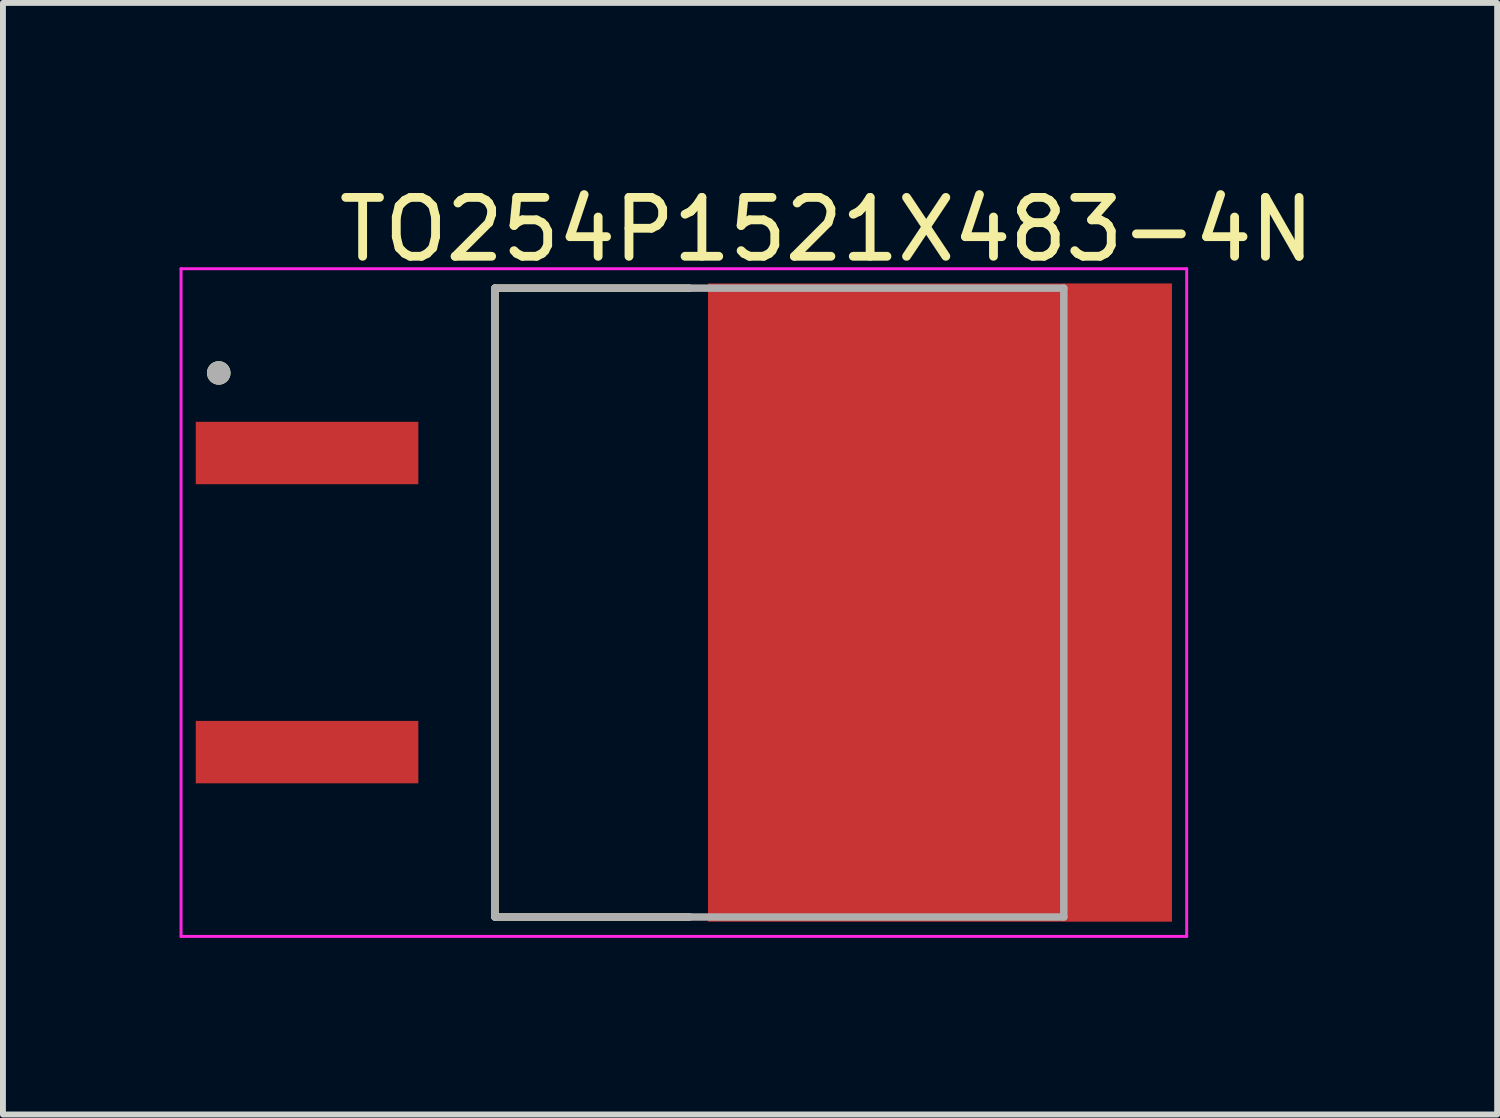
<source format=kicad_pcb>
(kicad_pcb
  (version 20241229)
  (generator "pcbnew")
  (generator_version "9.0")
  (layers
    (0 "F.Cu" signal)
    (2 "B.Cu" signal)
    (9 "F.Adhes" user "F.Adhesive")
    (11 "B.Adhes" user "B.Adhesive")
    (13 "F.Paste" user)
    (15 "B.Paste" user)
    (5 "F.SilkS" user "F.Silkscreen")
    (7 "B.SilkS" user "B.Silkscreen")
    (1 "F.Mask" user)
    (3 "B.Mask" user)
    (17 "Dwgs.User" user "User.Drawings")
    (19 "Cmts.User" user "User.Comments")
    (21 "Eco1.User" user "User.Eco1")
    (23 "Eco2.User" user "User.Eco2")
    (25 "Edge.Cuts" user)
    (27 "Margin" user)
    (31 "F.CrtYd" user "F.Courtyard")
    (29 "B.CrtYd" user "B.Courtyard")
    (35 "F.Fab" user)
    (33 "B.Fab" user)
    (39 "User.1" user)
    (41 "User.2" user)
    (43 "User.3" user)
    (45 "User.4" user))
  (footprint "TO254P1521X483-4N"
    (layer "F.Cu")
    (at 8.565 7.184)
    (property "Reference" "TO254P1521X483-4N" (at 2.425 -6.336 0) (layer "F.SilkS") (effects (font (size 1 1) (thickness 0.15))))
    (attr through_hole)
    (fp_line (start -3.208 -5.34) (end 0.097 -5.34) (stroke (width 0.127) (type solid)) (layer "F.SilkS"))
    (fp_line (start -3.208 5.34) (end -3.208 -5.34) (stroke (width 0.127) (type solid)) (layer "F.SilkS"))
    (fp_line (start -3.208 5.34) (end 0.097 5.34) (stroke (width 0.127) (type solid)) (layer "F.SilkS"))
    (fp_circle (center -7.9 -3.9) (end -7.8 -3.9) (stroke (width 0.2) (type solid)) (fill no) (layer "F.SilkS"))
    (fp_poly (pts (xy 1.56 -3.83) (xy 7.14 -3.83) (xy 7.14 3.83) (xy 1.56 3.83)) (stroke (width 0.01) (type solid)) (fill yes) (layer "F.Paste"))
    (fp_line (start -8.54 -5.67) (end -8.54 5.67) (stroke (width 0.05) (type solid)) (layer "F.CrtYd"))
    (fp_line (start -8.54 5.67) (end 8.54 5.67) (stroke (width 0.05) (type solid)) (layer "F.CrtYd"))
    (fp_line (start 8.54 -5.67) (end -8.54 -5.67) (stroke (width 0.05) (type solid)) (layer "F.CrtYd"))
    (fp_line (start 8.54 5.67) (end 8.54 -5.67) (stroke (width 0.05) (type solid)) (layer "F.CrtYd"))
    (fp_line (start -3.208 -5.34) (end 6.453 -5.34) (stroke (width 0.127) (type solid)) (layer "F.Fab"))
    (fp_line (start -3.208 5.34) (end -3.208 -5.34) (stroke (width 0.127) (type solid)) (layer "F.Fab"))
    (fp_line (start 6.453 -5.34) (end 6.453 5.34) (stroke (width 0.127) (type solid)) (layer "F.Fab"))
    (fp_line (start 6.453 5.34) (end -3.208 5.34) (stroke (width 0.127) (type solid)) (layer "F.Fab"))
    (fp_circle (center -7.9 -3.9) (end -7.8 -3.9) (stroke (width 0.2) (type solid)) (fill no) (layer "F.Fab"))
    (pad "1" smd rect (at -6.4 -2.54) (size 3.78 1.06) (layers "F.Cu" "F.Mask" "F.Paste"))
    (pad "2" smd rect (at 4.35 0) (size 7.88 10.84) (layers "F.Cu" "F.Mask"))
    (pad "3" smd rect (at -6.4 2.54) (size 3.78 1.06) (layers "F.Cu" "F.Mask" "F.Paste")))
  (gr_rect
    (start -3 -3)
    (end 22.378 15.879)
    (stroke (width 0.1) (type default))
    (fill no)
    (layer "Edge.Cuts")))
</source>
